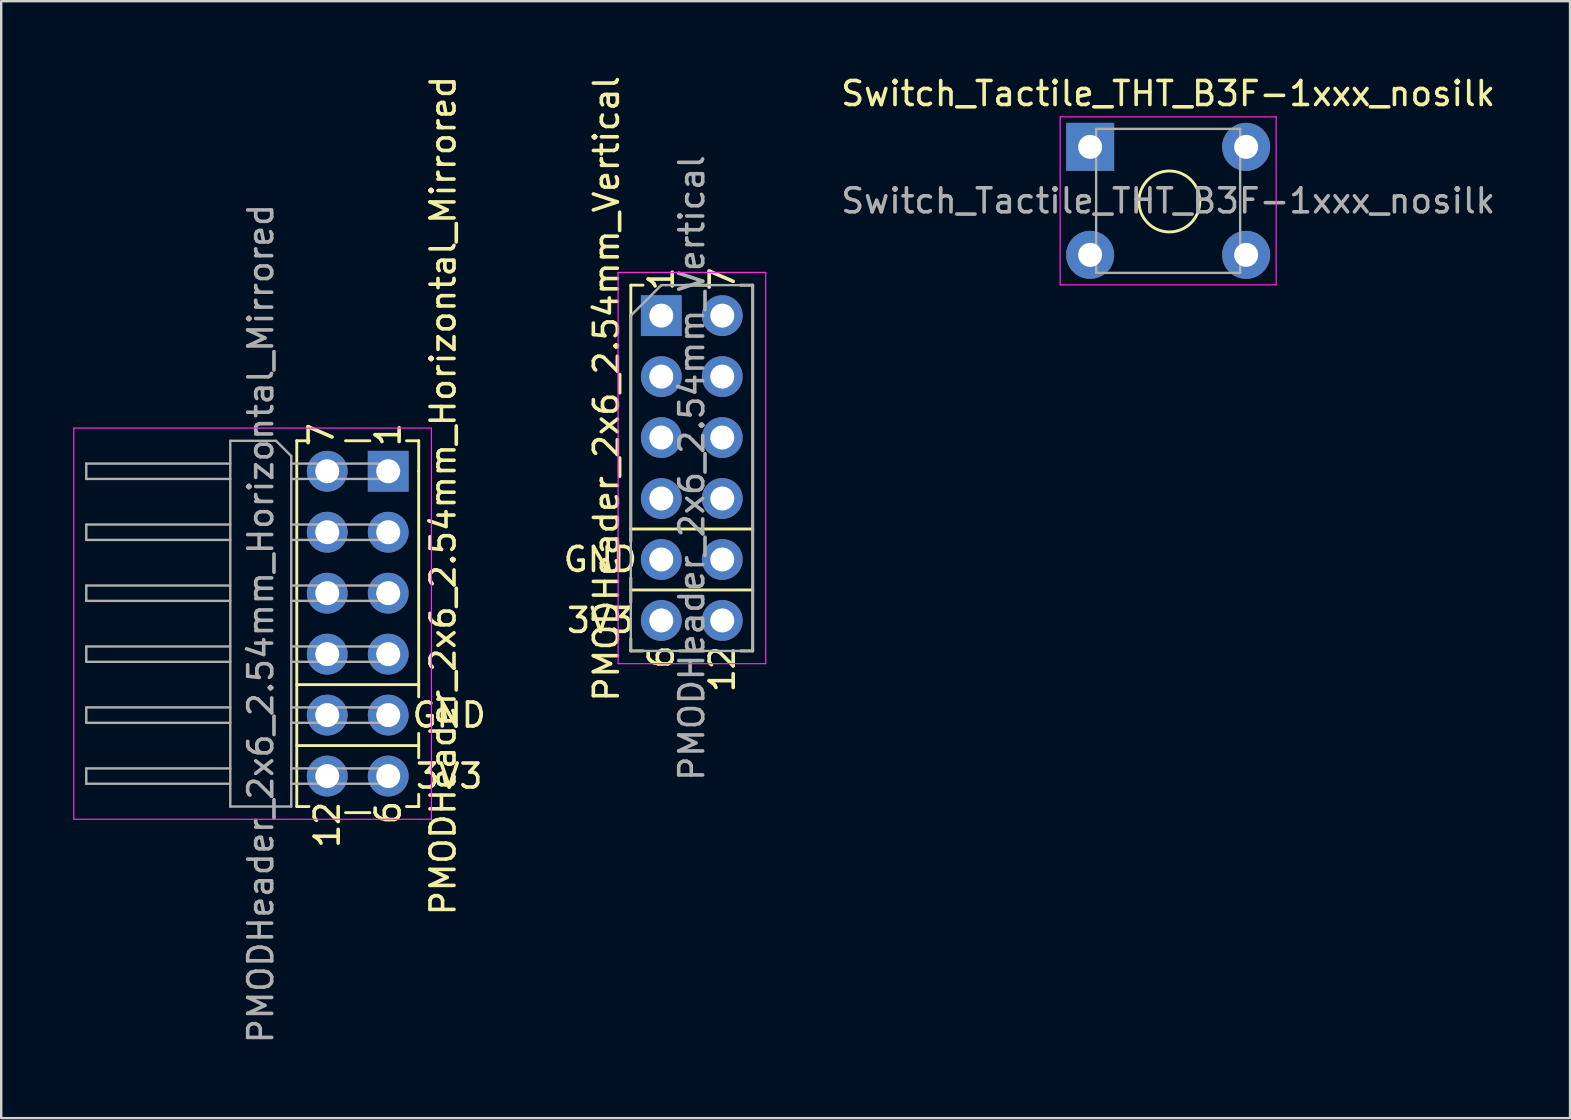
<source format=kicad_pcb>
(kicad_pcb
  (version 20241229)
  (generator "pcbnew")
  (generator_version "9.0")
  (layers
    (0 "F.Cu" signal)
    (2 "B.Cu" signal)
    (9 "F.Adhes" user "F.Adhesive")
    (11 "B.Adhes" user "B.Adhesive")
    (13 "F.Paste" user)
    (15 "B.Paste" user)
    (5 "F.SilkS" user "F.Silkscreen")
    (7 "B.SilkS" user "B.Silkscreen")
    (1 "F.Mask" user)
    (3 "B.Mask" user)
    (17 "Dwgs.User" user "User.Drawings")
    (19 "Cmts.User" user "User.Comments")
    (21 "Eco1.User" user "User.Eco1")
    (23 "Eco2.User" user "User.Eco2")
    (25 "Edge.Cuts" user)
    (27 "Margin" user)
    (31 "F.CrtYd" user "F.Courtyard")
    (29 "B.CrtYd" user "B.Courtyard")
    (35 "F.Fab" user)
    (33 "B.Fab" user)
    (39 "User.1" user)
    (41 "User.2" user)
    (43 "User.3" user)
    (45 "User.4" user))
  (footprint "PMODHeader_2x6_2.54mm_Horizontal_Mirrored"
    (layer "F.Cu")
    (at 13.125 16.585)
    (property "Reference" "PMODHeader_2x6_2.54mm_Horizontal_Mirrored" (at 2.286 1.016 90) (unlocked yes) (layer "F.SilkS") (effects (font (size 1 1) (thickness 0.15))))
    (attr through_hole)
    (fp_line (start -3.81 -1.27) (end -3.81 13.97) (stroke (width 0.12) (type solid)) (layer "F.SilkS"))
    (fp_line (start -3.302 -1.27) (end -3.81 -1.27) (stroke (width 0.12) (type solid)) (layer "F.SilkS"))
    (fp_line (start -3.302 13.97) (end -3.81 13.97) (stroke (width 0.12) (type solid)) (layer "F.SilkS"))
    (fp_line (start -1.778 -1.27) (end -0.762 -1.27) (stroke (width 0.12) (type solid)) (layer "F.SilkS"))
    (fp_line (start -1.778 14.224) (end -0.762 14.224) (stroke (width 0.12) (type solid)) (layer "F.SilkS"))
    (fp_line (start 1.27 -1.27) (end 0.762 -1.27) (stroke (width 0.12) (type solid)) (layer "F.SilkS"))
    (fp_line (start 1.27 0) (end 1.27 -1.27) (stroke (width 0.12) (type solid)) (layer "F.SilkS"))
    (fp_line (start 1.27 8.89) (end -3.81 8.89) (stroke (width 0.12) (type solid)) (layer "F.SilkS"))
    (fp_line (start 1.27 9.398) (end 1.27 0) (stroke (width 0.12) (type solid)) (layer "F.SilkS"))
    (fp_line (start 1.27 11.43) (end -3.81 11.43) (stroke (width 0.12) (type solid)) (layer "F.SilkS"))
    (fp_line (start 1.27 11.938) (end 1.27 10.922) (stroke (width 0.12) (type solid)) (layer "F.SilkS"))
    (fp_line (start 1.27 13.97) (end 0.762 13.97) (stroke (width 0.12) (type solid)) (layer "F.SilkS"))
    (fp_line (start 1.27 13.97) (end 1.27 13.462) (stroke (width 0.12) (type solid)) (layer "F.SilkS"))
    (fp_line (start -13.1 -1.8) (end 1.8 -1.8) (stroke (width 0.05) (type solid)) (layer "F.CrtYd"))
    (fp_line (start -13.1 14.5) (end -13.1 -1.8) (stroke (width 0.05) (type solid)) (layer "F.CrtYd"))
    (fp_line (start 1.8 -1.8) (end 1.8 14.5) (stroke (width 0.05) (type solid)) (layer "F.CrtYd"))
    (fp_line (start 1.8 14.5) (end -13.1 14.5) (stroke (width 0.05) (type solid)) (layer "F.CrtYd"))
    (fp_line (start -12.58 -0.32) (end -12.58 0.32) (stroke (width 0.1) (type solid)) (layer "F.Fab"))
    (fp_line (start -12.58 2.22) (end -12.58 2.86) (stroke (width 0.1) (type solid)) (layer "F.Fab"))
    (fp_line (start -12.58 4.76) (end -12.58 5.4) (stroke (width 0.1) (type solid)) (layer "F.Fab"))
    (fp_line (start -12.58 7.3) (end -12.58 7.94) (stroke (width 0.1) (type solid)) (layer "F.Fab"))
    (fp_line (start -12.58 9.84) (end -12.58 10.48) (stroke (width 0.1) (type solid)) (layer "F.Fab"))
    (fp_line (start -12.58 12.38) (end -12.58 13.02) (stroke (width 0.1) (type solid)) (layer "F.Fab"))
    (fp_line (start -6.58 -1.27) (end -6.58 13.97) (stroke (width 0.1) (type solid)) (layer "F.Fab"))
    (fp_line (start -6.58 -0.32) (end -12.58 -0.32) (stroke (width 0.1) (type solid)) (layer "F.Fab"))
    (fp_line (start -6.58 0.32) (end -12.58 0.32) (stroke (width 0.1) (type solid)) (layer "F.Fab"))
    (fp_line (start -6.58 2.22) (end -12.58 2.22) (stroke (width 0.1) (type solid)) (layer "F.Fab"))
    (fp_line (start -6.58 2.86) (end -12.58 2.86) (stroke (width 0.1) (type solid)) (layer "F.Fab"))
    (fp_line (start -6.58 4.76) (end -12.58 4.76) (stroke (width 0.1) (type solid)) (layer "F.Fab"))
    (fp_line (start -6.58 5.4) (end -12.58 5.4) (stroke (width 0.1) (type solid)) (layer "F.Fab"))
    (fp_line (start -6.58 7.3) (end -12.58 7.3) (stroke (width 0.1) (type solid)) (layer "F.Fab"))
    (fp_line (start -6.58 7.94) (end -12.58 7.94) (stroke (width 0.1) (type solid)) (layer "F.Fab"))
    (fp_line (start -6.58 9.84) (end -12.58 9.84) (stroke (width 0.1) (type solid)) (layer "F.Fab"))
    (fp_line (start -6.58 10.48) (end -12.58 10.48) (stroke (width 0.1) (type solid)) (layer "F.Fab"))
    (fp_line (start -6.58 12.38) (end -12.58 12.38) (stroke (width 0.1) (type solid)) (layer "F.Fab"))
    (fp_line (start -6.58 13.02) (end -12.58 13.02) (stroke (width 0.1) (type solid)) (layer "F.Fab"))
    (fp_line (start -6.58 13.97) (end -4.04 13.97) (stroke (width 0.1) (type solid)) (layer "F.Fab"))
    (fp_line (start -4.675 -1.27) (end -6.58 -1.27) (stroke (width 0.1) (type solid)) (layer "F.Fab"))
    (fp_line (start -4.04 -0.635) (end -4.675 -1.27) (stroke (width 0.1) (type solid)) (layer "F.Fab"))
    (fp_line (start -4.04 13.97) (end -4.04 -0.635) (stroke (width 0.1) (type solid)) (layer "F.Fab"))
    (fp_line (start 0.32 -0.32) (end -4.04 -0.32) (stroke (width 0.1) (type solid)) (layer "F.Fab"))
    (fp_line (start 0.32 -0.32) (end 0.32 0.32) (stroke (width 0.1) (type solid)) (layer "F.Fab"))
    (fp_line (start 0.32 0.32) (end -4.04 0.32) (stroke (width 0.1) (type solid)) (layer "F.Fab"))
    (fp_line (start 0.32 2.22) (end -4.04 2.22) (stroke (width 0.1) (type solid)) (layer "F.Fab"))
    (fp_line (start 0.32 2.22) (end 0.32 2.86) (stroke (width 0.1) (type solid)) (layer "F.Fab"))
    (fp_line (start 0.32 2.86) (end -4.04 2.86) (stroke (width 0.1) (type solid)) (layer "F.Fab"))
    (fp_line (start 0.32 4.76) (end -4.04 4.76) (stroke (width 0.1) (type solid)) (layer "F.Fab"))
    (fp_line (start 0.32 4.76) (end 0.32 5.4) (stroke (width 0.1) (type solid)) (layer "F.Fab"))
    (fp_line (start 0.32 5.4) (end -4.04 5.4) (stroke (width 0.1) (type solid)) (layer "F.Fab"))
    (fp_line (start 0.32 7.3) (end -4.04 7.3) (stroke (width 0.1) (type solid)) (layer "F.Fab"))
    (fp_line (start 0.32 7.3) (end 0.32 7.94) (stroke (width 0.1) (type solid)) (layer "F.Fab"))
    (fp_line (start 0.32 7.94) (end -4.04 7.94) (stroke (width 0.1) (type solid)) (layer "F.Fab"))
    (fp_line (start 0.32 9.84) (end -4.04 9.84) (stroke (width 0.1) (type solid)) (layer "F.Fab"))
    (fp_line (start 0.32 9.84) (end 0.32 10.48) (stroke (width 0.1) (type solid)) (layer "F.Fab"))
    (fp_line (start 0.32 10.48) (end -4.04 10.48) (stroke (width 0.1) (type solid)) (layer "F.Fab"))
    (fp_line (start 0.32 12.38) (end -4.04 12.38) (stroke (width 0.1) (type solid)) (layer "F.Fab"))
    (fp_line (start 0.32 12.38) (end 0.32 13.02) (stroke (width 0.1) (type solid)) (layer "F.Fab"))
    (fp_line (start 0.32 13.02) (end -4.04 13.02) (stroke (width 0.1) (type solid)) (layer "F.Fab"))
    (fp_text user "7" (at -2.794 -1.524 270) (layer "F.SilkS") (effects (font (size 1 1) (thickness 0.15))))
    (fp_text user "6" (at 0 14.224 270) (layer "F.SilkS") (effects (font (size 1 1) (thickness 0.15))))
    (fp_text user "3V3" (at 2.54 12.7 0) (layer "F.SilkS") (effects (font (size 1 1) (thickness 0.15))))
    (fp_text user "12" (at -2.54 14.732 270) (layer "F.SilkS") (effects (font (size 1 1) (thickness 0.15))))
    (fp_text user "1" (at 0 -1.524 270) (layer "F.SilkS") (effects (font (size 1 1) (thickness 0.15))))
    (fp_text user "GND" (at 2.54 10.16 0) (layer "F.SilkS") (effects (font (size 1 1) (thickness 0.15))))
    (fp_text user "${REFERENCE}" (at -5.31 6.35 90) (layer "F.Fab") (effects (font (size 1 1) (thickness 0.15))))
    (pad "1" thru_hole rect (at 0 0) (size 1.7 1.7) (drill 1) (layers "*.Cu" "*.Mask"))
    (pad "2" thru_hole oval (at 0 2.54) (size 1.7 1.7) (drill 1) (layers "*.Cu" "*.Mask"))
    (pad "3" thru_hole oval (at 0 5.08) (size 1.7 1.7) (drill 1) (layers "*.Cu" "*.Mask"))
    (pad "4" thru_hole oval (at 0 7.62) (size 1.7 1.7) (drill 1) (layers "*.Cu" "*.Mask"))
    (pad "5" thru_hole oval (at 0 10.16) (size 1.7 1.7) (drill 1) (layers "*.Cu" "*.Mask"))
    (pad "6" thru_hole oval (at 0 12.7) (size 1.7 1.7) (drill 1) (layers "*.Cu" "*.Mask"))
    (pad "7" thru_hole oval (at -2.54 0) (size 1.7 1.7) (drill 1) (layers "*.Cu" "*.Mask"))
    (pad "8" thru_hole oval (at -2.54 2.54) (size 1.7 1.7) (drill 1) (layers "*.Cu" "*.Mask"))
    (pad "9" thru_hole oval (at -2.54 5.08) (size 1.7 1.7) (drill 1) (layers "*.Cu" "*.Mask"))
    (pad "10" thru_hole oval (at -2.54 7.62) (size 1.7 1.7) (drill 1) (layers "*.Cu" "*.Mask"))
    (pad "11" thru_hole oval (at -2.54 10.16) (size 1.7 1.7) (drill 1) (layers "*.Cu" "*.Mask"))
    (pad "12" thru_hole oval (at -2.54 12.7) (size 1.7 1.7) (drill 1) (layers "*.Cu" "*.Mask")))
  (footprint "Switch_Tactile_THT_B3F-1xxx_nosilk"
    (layer "F.Cu")
    (at 42.37 3.058)
    (property "Reference" "Switch_Tactile_THT_B3F-1xxx_nosilk" (at 3.251 -2.209 0) (layer "F.SilkS") (effects (font (size 1 1) (thickness 0.15))))
    (attr through_hole)
    (fp_circle (center 3.302 2.286) (end 4.064 1.27) (stroke (width 0.12) (type solid)) (fill no) (layer "F.SilkS"))
    (fp_line (start -1.249 -1.239) (end 7.751 -1.239) (stroke (width 0.05) (type solid)) (layer "F.CrtYd"))
    (fp_line (start -1.249 5.761) (end -1.249 -1.239) (stroke (width 0.05) (type solid)) (layer "F.CrtYd"))
    (fp_line (start -1.249 5.761) (end 7.751 5.761) (stroke (width 0.05) (type solid)) (layer "F.CrtYd"))
    (fp_line (start 7.751 -1.239) (end 7.751 5.761) (stroke (width 0.05) (type solid)) (layer "F.CrtYd"))
    (fp_line (start 0.251 -0.739) (end 0.251 5.261) (stroke (width 0.1) (type solid)) (layer "F.Fab"))
    (fp_line (start 0.251 -0.739) (end 6.251 -0.739) (stroke (width 0.1) (type solid)) (layer "F.Fab"))
    (fp_line (start 0.251 5.261) (end 6.251 5.261) (stroke (width 0.1) (type solid)) (layer "F.Fab"))
    (fp_line (start 6.251 5.261) (end 6.251 -0.739) (stroke (width 0.1) (type solid)) (layer "F.Fab"))
    (fp_text user "${REFERENCE}" (at 3.251 2.261 0) (layer "F.Fab") (effects (font (size 1 1) (thickness 0.15))))
    (pad "1" thru_hole rect (at 0.001 0.011) (size 2 2) (drill 1) (layers "*.Cu" "*.Mask"))
    (pad "2" thru_hole circle (at 6.501 0.011) (size 2 2) (drill 1) (layers "*.Cu" "*.Mask"))
    (pad "3" thru_hole circle (at 0.001 4.511) (size 2 2) (drill 1) (layers "*.Cu" "*.Mask"))
    (pad "4" thru_hole circle (at 6.501 4.511) (size 2 2) (drill 1) (layers "*.Cu" "*.Mask")))
  (footprint "PMODHeader_2x6_2.54mm_Vertical"
    (layer "F.Cu")
    (at 24.503 10.101)
    (property "Reference" "PMODHeader_2x6_2.54mm_Vertical" (at -2.286 3.048 270) (layer "F.SilkS") (effects (font (size 1 1) (thickness 0.15))))
    (attr through_hole)
    (fp_line (start -1.27 -1.27) (end -0.762 -1.27) (stroke (width 0.12) (type solid)) (layer "F.SilkS"))
    (fp_line (start -1.27 0) (end -1.27 -1.27) (stroke (width 0.12) (type solid)) (layer "F.SilkS"))
    (fp_line (start -1.27 8.89) (end 3.81 8.89) (stroke (width 0.12) (type solid)) (layer "F.SilkS"))
    (fp_line (start -1.27 9.398) (end -1.27 0) (stroke (width 0.12) (type solid)) (layer "F.SilkS"))
    (fp_line (start -1.27 11.43) (end 3.81 11.43) (stroke (width 0.12) (type solid)) (layer "F.SilkS"))
    (fp_line (start -1.27 11.938) (end -1.27 10.922) (stroke (width 0.12) (type solid)) (layer "F.SilkS"))
    (fp_line (start -1.27 13.97) (end -1.27 13.462) (stroke (width 0.12) (type solid)) (layer "F.SilkS"))
    (fp_line (start -1.27 13.97) (end -0.762 13.97) (stroke (width 0.12) (type solid)) (layer "F.SilkS"))
    (fp_line (start 0.762 13.97) (end 1.778 13.97) (stroke (width 0.12) (type solid)) (layer "F.SilkS"))
    (fp_line (start 1.016 -1.27) (end 2.032 -1.27) (stroke (width 0.12) (type solid)) (layer "F.SilkS"))
    (fp_line (start 3.302 -1.27) (end 3.81 -1.27) (stroke (width 0.12) (type solid)) (layer "F.SilkS"))
    (fp_line (start 3.302 13.97) (end 3.81 13.97) (stroke (width 0.12) (type solid)) (layer "F.SilkS"))
    (fp_line (start 3.81 -1.27) (end 3.81 13.97) (stroke (width 0.12) (type solid)) (layer "F.SilkS"))
    (fp_line (start -1.8 -1.8) (end -1.8 14.5) (stroke (width 0.05) (type solid)) (layer "F.CrtYd"))
    (fp_line (start -1.8 14.5) (end 4.35 14.5) (stroke (width 0.05) (type solid)) (layer "F.CrtYd"))
    (fp_line (start 4.35 -1.8) (end -1.8 -1.8) (stroke (width 0.05) (type solid)) (layer "F.CrtYd"))
    (fp_line (start 4.35 14.5) (end 4.35 -1.8) (stroke (width 0.05) (type solid)) (layer "F.CrtYd"))
    (fp_line (start -1.27 0) (end 0 -1.27) (stroke (width 0.1) (type solid)) (layer "F.Fab"))
    (fp_line (start -1.27 13.97) (end -1.27 0) (stroke (width 0.1) (type solid)) (layer "F.Fab"))
    (fp_line (start 0 -1.27) (end 3.81 -1.27) (stroke (width 0.1) (type solid)) (layer "F.Fab"))
    (fp_line (start 3.81 -1.27) (end 3.81 13.97) (stroke (width 0.1) (type solid)) (layer "F.Fab"))
    (fp_line (start 3.81 13.97) (end -1.27 13.97) (stroke (width 0.1) (type solid)) (layer "F.Fab"))
    (fp_text user "6" (at 0 14.224 270) (layer "F.SilkS") (effects (font (size 1 1) (thickness 0.15))))
    (fp_text user "3V3" (at -2.54 12.7 0) (layer "F.SilkS") (effects (font (size 1 1) (thickness 0.15))))
    (fp_text user "7" (at 2.54 -1.524 270) (layer "F.SilkS") (effects (font (size 1 1) (thickness 0.15))))
    (fp_text user "12" (at 2.54 14.732 270) (layer "F.SilkS") (effects (font (size 1 1) (thickness 0.15))))
    (fp_text user "GND" (at -2.54 10.16 0) (layer "F.SilkS") (effects (font (size 1 1) (thickness 0.15))))
    (fp_text user "1" (at 0 -1.524 270) (layer "F.SilkS") (effects (font (size 1 1) (thickness 0.15))))
    (fp_text user "${REFERENCE}" (at 1.27 6.35 90) (layer "F.Fab") (effects (font (size 1 1) (thickness 0.15))))
    (pad "1" thru_hole rect (at 0 0) (size 1.7 1.7) (drill 1) (layers "*.Cu" "*.Mask"))
    (pad "2" thru_hole oval (at 2.54 0) (size 1.7 1.7) (drill 1) (layers "*.Cu" "*.Mask"))
    (pad "3" thru_hole oval (at 0 2.54) (size 1.7 1.7) (drill 1) (layers "*.Cu" "*.Mask"))
    (pad "4" thru_hole oval (at 2.54 2.54) (size 1.7 1.7) (drill 1) (layers "*.Cu" "*.Mask"))
    (pad "5" thru_hole oval (at 0 5.08) (size 1.7 1.7) (drill 1) (layers "*.Cu" "*.Mask"))
    (pad "6" thru_hole oval (at 2.54 5.08) (size 1.7 1.7) (drill 1) (layers "*.Cu" "*.Mask"))
    (pad "7" thru_hole oval (at 0 7.62) (size 1.7 1.7) (drill 1) (layers "*.Cu" "*.Mask"))
    (pad "8" thru_hole oval (at 2.54 7.62) (size 1.7 1.7) (drill 1) (layers "*.Cu" "*.Mask"))
    (pad "9" thru_hole oval (at 0 10.16) (size 1.7 1.7) (drill 1) (layers "*.Cu" "*.Mask"))
    (pad "10" thru_hole oval (at 2.54 10.16) (size 1.7 1.7) (drill 1) (layers "*.Cu" "*.Mask"))
    (pad "11" thru_hole oval (at 0 12.7) (size 1.7 1.7) (drill 1) (layers "*.Cu" "*.Mask"))
    (pad "12" thru_hole oval (at 2.54 12.7) (size 1.7 1.7) (drill 1) (layers "*.Cu" "*.Mask")))
  (gr_rect
    (start -3 -3)
    (end 62.366 43.536)
    (stroke (width 0.1) (type default))
    (fill no)
    (layer "Edge.Cuts")))
</source>
